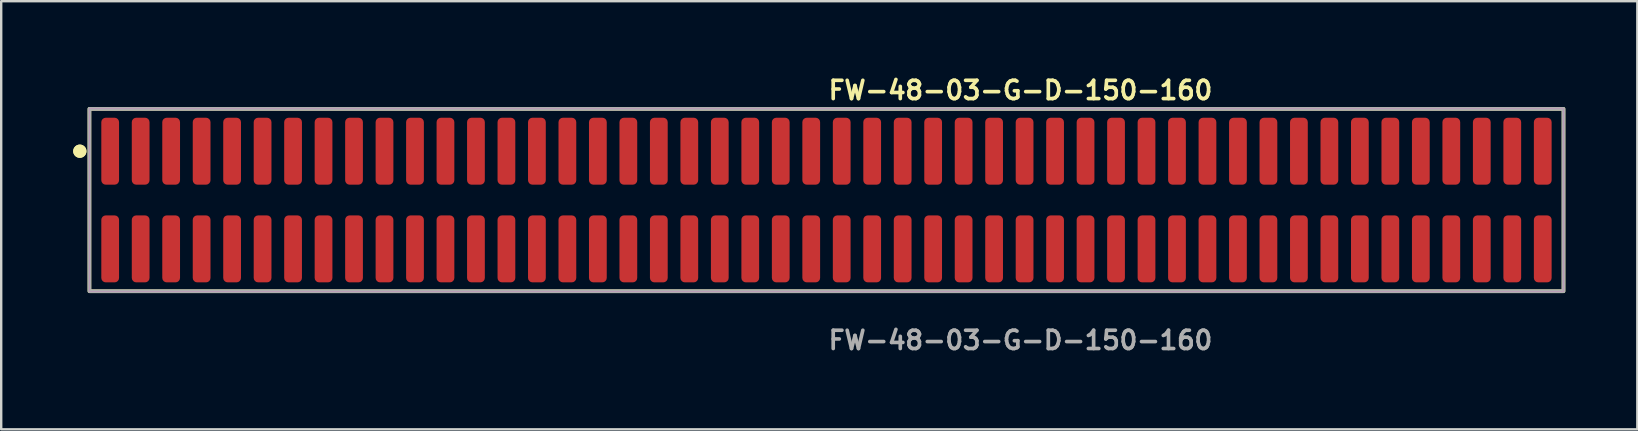
<source format=kicad_pcb>
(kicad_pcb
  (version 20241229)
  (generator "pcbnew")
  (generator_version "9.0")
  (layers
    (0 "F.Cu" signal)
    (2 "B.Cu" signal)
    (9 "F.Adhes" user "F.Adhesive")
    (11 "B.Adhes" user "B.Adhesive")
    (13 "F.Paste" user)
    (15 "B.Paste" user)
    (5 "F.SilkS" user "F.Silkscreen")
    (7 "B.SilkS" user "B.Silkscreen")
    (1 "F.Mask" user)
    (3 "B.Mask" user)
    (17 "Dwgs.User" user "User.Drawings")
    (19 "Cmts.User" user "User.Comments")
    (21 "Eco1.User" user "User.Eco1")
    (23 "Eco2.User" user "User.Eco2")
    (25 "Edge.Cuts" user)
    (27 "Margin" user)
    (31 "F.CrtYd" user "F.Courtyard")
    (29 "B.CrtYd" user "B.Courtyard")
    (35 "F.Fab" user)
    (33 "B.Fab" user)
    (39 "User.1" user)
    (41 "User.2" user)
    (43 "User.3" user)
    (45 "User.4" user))
  (footprint "FW-48-03-G-D-150-160"
    (layer "F.Cu")
    (at 31.386 5.285)
    (property "Reference" "FW-48-03-G-D-150-160" (at 0 -4.572 0) (unlocked yes) (layer "F.SilkS") (effects (font (size 0.762 0.762) (thickness 0.152)) (justify left)))
    (fp_rect (start -30.71 3.8) (end 30.71 -3.8) (stroke (width 0.152) (type solid)) (fill no) (layer "F.SilkS"))
    (fp_circle (center -31.11 -2.035) (end -31.31 -2.035) (stroke (width 0.152) (type solid)) (fill yes) (layer "F.SilkS"))
    (fp_circle (center -31.11 -2.035) (end -31.31 -2.035) (stroke (width 0.152) (type solid)) (fill yes) (layer "F.SilkS"))
    (fp_rect (start -30.71 3.8) (end 30.71 -3.8) (stroke (width 0.006) (type solid)) (fill no) (layer "F.CrtYd"))
    (fp_rect (start -30.71 3.8) (end 30.71 -3.8) (stroke (width 0.152) (type solid)) (fill no) (layer "F.Fab"))
    (fp_text user "${REFERENCE}" (at 0 5.842 0) (unlocked yes) (layer "F.Fab") (effects (font (size 0.762 0.762) (thickness 0.152)) (justify left)))
    (pad "1" smd roundrect (at -29.845 -2.035) (size 0.74 2.79) (layers "F.Cu" "F.Paste") (roundrect_rratio 0.25))
    (pad "2" smd roundrect (at -29.845 2.035) (size 0.74 2.79) (layers "F.Cu" "F.Paste") (roundrect_rratio 0.25))
    (pad "3" smd roundrect (at -28.575 -2.035) (size 0.74 2.79) (layers "F.Cu" "F.Paste") (roundrect_rratio 0.25))
    (pad "4" smd roundrect (at -28.575 2.035) (size 0.74 2.79) (layers "F.Cu" "F.Paste") (roundrect_rratio 0.25))
    (pad "5" smd roundrect (at -27.305 -2.035) (size 0.74 2.79) (layers "F.Cu" "F.Paste") (roundrect_rratio 0.25))
    (pad "6" smd roundrect (at -27.305 2.035) (size 0.74 2.79) (layers "F.Cu" "F.Paste") (roundrect_rratio 0.25))
    (pad "7" smd roundrect (at -26.035 -2.035) (size 0.74 2.79) (layers "F.Cu" "F.Paste") (roundrect_rratio 0.25))
    (pad "8" smd roundrect (at -26.035 2.035) (size 0.74 2.79) (layers "F.Cu" "F.Paste") (roundrect_rratio 0.25))
    (pad "9" smd roundrect (at -24.765 -2.035) (size 0.74 2.79) (layers "F.Cu" "F.Paste") (roundrect_rratio 0.25))
    (pad "10" smd roundrect (at -24.765 2.035) (size 0.74 2.79) (layers "F.Cu" "F.Paste") (roundrect_rratio 0.25))
    (pad "11" smd roundrect (at -23.495 -2.035) (size 0.74 2.79) (layers "F.Cu" "F.Paste") (roundrect_rratio 0.25))
    (pad "12" smd roundrect (at -23.495 2.035) (size 0.74 2.79) (layers "F.Cu" "F.Paste") (roundrect_rratio 0.25))
    (pad "13" smd roundrect (at -22.225 -2.035) (size 0.74 2.79) (layers "F.Cu" "F.Paste") (roundrect_rratio 0.25))
    (pad "14" smd roundrect (at -22.225 2.035) (size 0.74 2.79) (layers "F.Cu" "F.Paste") (roundrect_rratio 0.25))
    (pad "15" smd roundrect (at -20.955 -2.035) (size 0.74 2.79) (layers "F.Cu" "F.Paste") (roundrect_rratio 0.25))
    (pad "16" smd roundrect (at -20.955 2.035) (size 0.74 2.79) (layers "F.Cu" "F.Paste") (roundrect_rratio 0.25))
    (pad "17" smd roundrect (at -19.685 -2.035) (size 0.74 2.79) (layers "F.Cu" "F.Paste") (roundrect_rratio 0.25))
    (pad "18" smd roundrect (at -19.685 2.035) (size 0.74 2.79) (layers "F.Cu" "F.Paste") (roundrect_rratio 0.25))
    (pad "19" smd roundrect (at -18.415 -2.035) (size 0.74 2.79) (layers "F.Cu" "F.Paste") (roundrect_rratio 0.25))
    (pad "20" smd roundrect (at -18.415 2.035) (size 0.74 2.79) (layers "F.Cu" "F.Paste") (roundrect_rratio 0.25))
    (pad "21" smd roundrect (at -17.145 -2.035) (size 0.74 2.79) (layers "F.Cu" "F.Paste") (roundrect_rratio 0.25))
    (pad "22" smd roundrect (at -17.145 2.035) (size 0.74 2.79) (layers "F.Cu" "F.Paste") (roundrect_rratio 0.25))
    (pad "23" smd roundrect (at -15.875 -2.035) (size 0.74 2.79) (layers "F.Cu" "F.Paste") (roundrect_rratio 0.25))
    (pad "24" smd roundrect (at -15.875 2.035) (size 0.74 2.79) (layers "F.Cu" "F.Paste") (roundrect_rratio 0.25))
    (pad "25" smd roundrect (at -14.605 -2.035) (size 0.74 2.79) (layers "F.Cu" "F.Paste") (roundrect_rratio 0.25))
    (pad "26" smd roundrect (at -14.605 2.035) (size 0.74 2.79) (layers "F.Cu" "F.Paste") (roundrect_rratio 0.25))
    (pad "27" smd roundrect (at -13.335 -2.035) (size 0.74 2.79) (layers "F.Cu" "F.Paste") (roundrect_rratio 0.25))
    (pad "28" smd roundrect (at -13.335 2.035) (size 0.74 2.79) (layers "F.Cu" "F.Paste") (roundrect_rratio 0.25))
    (pad "29" smd roundrect (at -12.065 -2.035) (size 0.74 2.79) (layers "F.Cu" "F.Paste") (roundrect_rratio 0.25))
    (pad "30" smd roundrect (at -12.065 2.035) (size 0.74 2.79) (layers "F.Cu" "F.Paste") (roundrect_rratio 0.25))
    (pad "31" smd roundrect (at -10.795 -2.035) (size 0.74 2.79) (layers "F.Cu" "F.Paste") (roundrect_rratio 0.25))
    (pad "32" smd roundrect (at -10.795 2.035) (size 0.74 2.79) (layers "F.Cu" "F.Paste") (roundrect_rratio 0.25))
    (pad "33" smd roundrect (at -9.525 -2.035) (size 0.74 2.79) (layers "F.Cu" "F.Paste") (roundrect_rratio 0.25))
    (pad "34" smd roundrect (at -9.525 2.035) (size 0.74 2.79) (layers "F.Cu" "F.Paste") (roundrect_rratio 0.25))
    (pad "35" smd roundrect (at -8.255 -2.035) (size 0.74 2.79) (layers "F.Cu" "F.Paste") (roundrect_rratio 0.25))
    (pad "36" smd roundrect (at -8.255 2.035) (size 0.74 2.79) (layers "F.Cu" "F.Paste") (roundrect_rratio 0.25))
    (pad "37" smd roundrect (at -6.985 -2.035) (size 0.74 2.79) (layers "F.Cu" "F.Paste") (roundrect_rratio 0.25))
    (pad "38" smd roundrect (at -6.985 2.035) (size 0.74 2.79) (layers "F.Cu" "F.Paste") (roundrect_rratio 0.25))
    (pad "39" smd roundrect (at -5.715 -2.035) (size 0.74 2.79) (layers "F.Cu" "F.Paste") (roundrect_rratio 0.25))
    (pad "40" smd roundrect (at -5.715 2.035) (size 0.74 2.79) (layers "F.Cu" "F.Paste") (roundrect_rratio 0.25))
    (pad "41" smd roundrect (at -4.445 -2.035) (size 0.74 2.79) (layers "F.Cu" "F.Paste") (roundrect_rratio 0.25))
    (pad "42" smd roundrect (at -4.445 2.035) (size 0.74 2.79) (layers "F.Cu" "F.Paste") (roundrect_rratio 0.25))
    (pad "43" smd roundrect (at -3.175 -2.035) (size 0.74 2.79) (layers "F.Cu" "F.Paste") (roundrect_rratio 0.25))
    (pad "44" smd roundrect (at -3.175 2.035) (size 0.74 2.79) (layers "F.Cu" "F.Paste") (roundrect_rratio 0.25))
    (pad "45" smd roundrect (at -1.905 -2.035) (size 0.74 2.79) (layers "F.Cu" "F.Paste") (roundrect_rratio 0.25))
    (pad "46" smd roundrect (at -1.905 2.035) (size 0.74 2.79) (layers "F.Cu" "F.Paste") (roundrect_rratio 0.25))
    (pad "47" smd roundrect (at -0.635 -2.035) (size 0.74 2.79) (layers "F.Cu" "F.Paste") (roundrect_rratio 0.25))
    (pad "48" smd roundrect (at -0.635 2.035) (size 0.74 2.79) (layers "F.Cu" "F.Paste") (roundrect_rratio 0.25))
    (pad "49" smd roundrect (at 0.635 -2.035) (size 0.74 2.79) (layers "F.Cu" "F.Paste") (roundrect_rratio 0.25))
    (pad "50" smd roundrect (at 0.635 2.035) (size 0.74 2.79) (layers "F.Cu" "F.Paste") (roundrect_rratio 0.25))
    (pad "51" smd roundrect (at 1.905 -2.035) (size 0.74 2.79) (layers "F.Cu" "F.Paste") (roundrect_rratio 0.25))
    (pad "52" smd roundrect (at 1.905 2.035) (size 0.74 2.79) (layers "F.Cu" "F.Paste") (roundrect_rratio 0.25))
    (pad "53" smd roundrect (at 3.175 -2.035) (size 0.74 2.79) (layers "F.Cu" "F.Paste") (roundrect_rratio 0.25))
    (pad "54" smd roundrect (at 3.175 2.035) (size 0.74 2.79) (layers "F.Cu" "F.Paste") (roundrect_rratio 0.25))
    (pad "55" smd roundrect (at 4.445 -2.035) (size 0.74 2.79) (layers "F.Cu" "F.Paste") (roundrect_rratio 0.25))
    (pad "56" smd roundrect (at 4.445 2.035) (size 0.74 2.79) (layers "F.Cu" "F.Paste") (roundrect_rratio 0.25))
    (pad "57" smd roundrect (at 5.715 -2.035) (size 0.74 2.79) (layers "F.Cu" "F.Paste") (roundrect_rratio 0.25))
    (pad "58" smd roundrect (at 5.715 2.035) (size 0.74 2.79) (layers "F.Cu" "F.Paste") (roundrect_rratio 0.25))
    (pad "59" smd roundrect (at 6.985 -2.035) (size 0.74 2.79) (layers "F.Cu" "F.Paste") (roundrect_rratio 0.25))
    (pad "60" smd roundrect (at 6.985 2.035) (size 0.74 2.79) (layers "F.Cu" "F.Paste") (roundrect_rratio 0.25))
    (pad "61" smd roundrect (at 8.255 -2.035) (size 0.74 2.79) (layers "F.Cu" "F.Paste") (roundrect_rratio 0.25))
    (pad "62" smd roundrect (at 8.255 2.035) (size 0.74 2.79) (layers "F.Cu" "F.Paste") (roundrect_rratio 0.25))
    (pad "63" smd roundrect (at 9.525 -2.035) (size 0.74 2.79) (layers "F.Cu" "F.Paste") (roundrect_rratio 0.25))
    (pad "64" smd roundrect (at 9.525 2.035) (size 0.74 2.79) (layers "F.Cu" "F.Paste") (roundrect_rratio 0.25))
    (pad "65" smd roundrect (at 10.795 -2.035) (size 0.74 2.79) (layers "F.Cu" "F.Paste") (roundrect_rratio 0.25))
    (pad "66" smd roundrect (at 10.795 2.035) (size 0.74 2.79) (layers "F.Cu" "F.Paste") (roundrect_rratio 0.25))
    (pad "67" smd roundrect (at 12.065 -2.035) (size 0.74 2.79) (layers "F.Cu" "F.Paste") (roundrect_rratio 0.25))
    (pad "68" smd roundrect (at 12.065 2.035) (size 0.74 2.79) (layers "F.Cu" "F.Paste") (roundrect_rratio 0.25))
    (pad "69" smd roundrect (at 13.335 -2.035) (size 0.74 2.79) (layers "F.Cu" "F.Paste") (roundrect_rratio 0.25))
    (pad "70" smd roundrect (at 13.335 2.035) (size 0.74 2.79) (layers "F.Cu" "F.Paste") (roundrect_rratio 0.25))
    (pad "71" smd roundrect (at 14.605 -2.035) (size 0.74 2.79) (layers "F.Cu" "F.Paste") (roundrect_rratio 0.25))
    (pad "72" smd roundrect (at 14.605 2.035) (size 0.74 2.79) (layers "F.Cu" "F.Paste") (roundrect_rratio 0.25))
    (pad "73" smd roundrect (at 15.875 -2.035) (size 0.74 2.79) (layers "F.Cu" "F.Paste") (roundrect_rratio 0.25))
    (pad "74" smd roundrect (at 15.875 2.035) (size 0.74 2.79) (layers "F.Cu" "F.Paste") (roundrect_rratio 0.25))
    (pad "75" smd roundrect (at 17.145 -2.035) (size 0.74 2.79) (layers "F.Cu" "F.Paste") (roundrect_rratio 0.25))
    (pad "76" smd roundrect (at 17.145 2.035) (size 0.74 2.79) (layers "F.Cu" "F.Paste") (roundrect_rratio 0.25))
    (pad "77" smd roundrect (at 18.415 -2.035) (size 0.74 2.79) (layers "F.Cu" "F.Paste") (roundrect_rratio 0.25))
    (pad "78" smd roundrect (at 18.415 2.035) (size 0.74 2.79) (layers "F.Cu" "F.Paste") (roundrect_rratio 0.25))
    (pad "79" smd roundrect (at 19.685 -2.035) (size 0.74 2.79) (layers "F.Cu" "F.Paste") (roundrect_rratio 0.25))
    (pad "80" smd roundrect (at 19.685 2.035) (size 0.74 2.79) (layers "F.Cu" "F.Paste") (roundrect_rratio 0.25))
    (pad "81" smd roundrect (at 20.955 -2.035) (size 0.74 2.79) (layers "F.Cu" "F.Paste") (roundrect_rratio 0.25))
    (pad "82" smd roundrect (at 20.955 2.035) (size 0.74 2.79) (layers "F.Cu" "F.Paste") (roundrect_rratio 0.25))
    (pad "83" smd roundrect (at 22.225 -2.035) (size 0.74 2.79) (layers "F.Cu" "F.Paste") (roundrect_rratio 0.25))
    (pad "84" smd roundrect (at 22.225 2.035) (size 0.74 2.79) (layers "F.Cu" "F.Paste") (roundrect_rratio 0.25))
    (pad "85" smd roundrect (at 23.495 -2.035) (size 0.74 2.79) (layers "F.Cu" "F.Paste") (roundrect_rratio 0.25))
    (pad "86" smd roundrect (at 23.495 2.035) (size 0.74 2.79) (layers "F.Cu" "F.Paste") (roundrect_rratio 0.25))
    (pad "87" smd roundrect (at 24.765 -2.035) (size 0.74 2.79) (layers "F.Cu" "F.Paste") (roundrect_rratio 0.25))
    (pad "88" smd roundrect (at 24.765 2.035) (size 0.74 2.79) (layers "F.Cu" "F.Paste") (roundrect_rratio 0.25))
    (pad "89" smd roundrect (at 26.035 -2.035) (size 0.74 2.79) (layers "F.Cu" "F.Paste") (roundrect_rratio 0.25))
    (pad "90" smd roundrect (at 26.035 2.035) (size 0.74 2.79) (layers "F.Cu" "F.Paste") (roundrect_rratio 0.25))
    (pad "91" smd roundrect (at 27.305 -2.035) (size 0.74 2.79) (layers "F.Cu" "F.Paste") (roundrect_rratio 0.25))
    (pad "92" smd roundrect (at 27.305 2.035) (size 0.74 2.79) (layers "F.Cu" "F.Paste") (roundrect_rratio 0.25))
    (pad "93" smd roundrect (at 28.575 -2.035) (size 0.74 2.79) (layers "F.Cu" "F.Paste") (roundrect_rratio 0.25))
    (pad "94" smd roundrect (at 28.575 2.035) (size 0.74 2.79) (layers "F.Cu" "F.Paste") (roundrect_rratio 0.25))
    (pad "95" smd roundrect (at 29.845 -2.035) (size 0.74 2.79) (layers "F.Cu" "F.Paste") (roundrect_rratio 0.25))
    (pad "96" smd roundrect (at 29.845 2.035) (size 0.74 2.79) (layers "F.Cu" "F.Paste") (roundrect_rratio 0.25)))
  (gr_rect
    (start -3 -3)
    (end 65.172 14.84)
    (stroke (width 0.1) (type default))
    (fill no)
    (layer "Edge.Cuts")))
</source>
